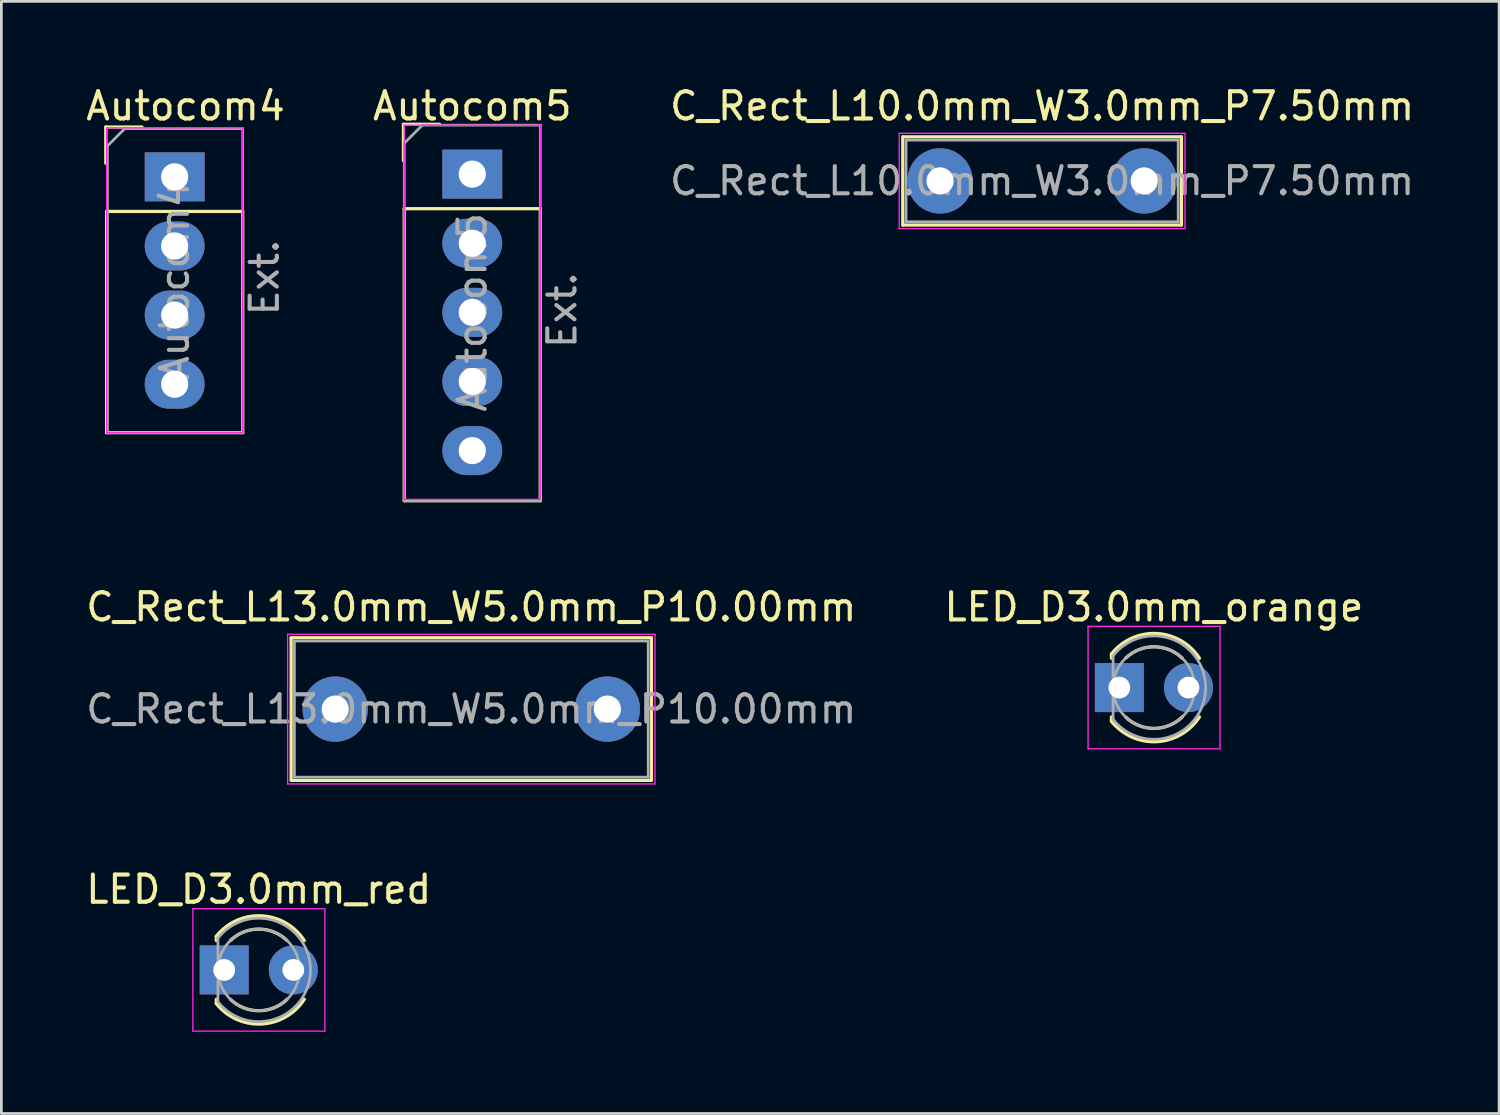
<source format=kicad_pcb>
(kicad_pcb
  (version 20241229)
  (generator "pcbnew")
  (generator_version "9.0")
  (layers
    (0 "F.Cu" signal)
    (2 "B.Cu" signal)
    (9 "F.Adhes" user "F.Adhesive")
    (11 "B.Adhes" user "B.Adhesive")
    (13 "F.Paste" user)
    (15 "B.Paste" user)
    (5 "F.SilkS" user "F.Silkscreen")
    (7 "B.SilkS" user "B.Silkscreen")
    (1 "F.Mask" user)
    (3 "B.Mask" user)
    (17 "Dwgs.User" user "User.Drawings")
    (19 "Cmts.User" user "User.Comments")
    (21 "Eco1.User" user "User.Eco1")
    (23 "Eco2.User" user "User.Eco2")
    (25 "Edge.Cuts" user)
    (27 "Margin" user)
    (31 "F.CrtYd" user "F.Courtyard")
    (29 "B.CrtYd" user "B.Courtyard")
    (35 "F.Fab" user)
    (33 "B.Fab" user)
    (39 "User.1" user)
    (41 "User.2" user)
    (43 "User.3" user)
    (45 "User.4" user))
  (footprint "Autocom4"
    (layer "F.Cu")
    (at 3.368 3.448)
    (property "Reference" "Autocom4" (at 0.4 -2.6 0) (layer "F.SilkS") (effects (font (size 1 1) (thickness 0.15))))
    (attr through_hole)
    (fp_line (start -2.53 -1.83) (end -1.2 -1.83) (stroke (width 0.12) (type solid)) (layer "F.SilkS"))
    (fp_line (start -2.53 -0.5) (end -2.53 -1.83) (stroke (width 0.12) (type solid)) (layer "F.SilkS"))
    (fp_line (start -2.5 1.27) (end -2.5 9.4) (stroke (width 0.12) (type solid)) (layer "F.SilkS"))
    (fp_line (start -2.5 1.27) (end 2.5 1.27) (stroke (width 0.12) (type solid)) (layer "F.SilkS"))
    (fp_line (start -2.5 9.4) (end 2.5 9.4) (stroke (width 0.12) (type solid)) (layer "F.SilkS"))
    (fp_line (start 2.5 1.3) (end 2.5 9.4) (stroke (width 0.12) (type solid)) (layer "F.SilkS"))
    (fp_line (start -2.5 -1.8) (end -2.5 9.4) (stroke (width 0.05) (type solid)) (layer "F.CrtYd"))
    (fp_line (start -2.5 9.4) (end 2.5 9.4) (stroke (width 0.05) (type solid)) (layer "F.CrtYd"))
    (fp_line (start 2.5 -1.8) (end -2.5 -1.8) (stroke (width 0.05) (type solid)) (layer "F.CrtYd"))
    (fp_line (start 2.5 9.4) (end 2.5 -1.8) (stroke (width 0.05) (type solid)) (layer "F.CrtYd"))
    (fp_line (start -2.47 -1.135) (end -1.835 -1.77) (stroke (width 0.1) (type solid)) (layer "F.Fab"))
    (fp_line (start -2.47 9.4) (end -2.47 -1.135) (stroke (width 0.1) (type solid)) (layer "F.Fab"))
    (fp_line (start -1.835 -1.77) (end 2.5 -1.77) (stroke (width 0.1) (type solid)) (layer "F.Fab"))
    (fp_line (start 2.47 9.4) (end -2.47 9.4) (stroke (width 0.1) (type solid)) (layer "F.Fab"))
    (fp_line (start 2.5 -1.77) (end 2.5 9.39) (stroke (width 0.1) (type solid)) (layer "F.Fab"))
    (fp_text user "${REFERENCE}" (at 0 3.81 90) (layer "F.Fab") (effects (font (size 1 1) (thickness 0.15))))
    (fp_text user "Ext." (at 3.3 3.7 90) (layer "F.Fab") (effects (font (size 1 1) (thickness 0.15))))
    (pad "1" thru_hole rect (at 0 0) (size 2.2 1.8) (drill 1) (layers "*.Cu" "*.Mask"))
    (pad "2" thru_hole oval (at 0 2.54) (size 2.2 1.8) (drill 1) (layers "*.Cu" "*.Mask"))
    (pad "3" thru_hole oval (at 0 5.08) (size 2.2 1.8) (drill 1) (layers "*.Cu" "*.Mask"))
    (pad "4" thru_hole oval (at 0 7.62) (size 2.2 1.8) (drill 1) (layers "*.Cu" "*.Mask")))
  (footprint "LED_D3.0mm_red"
    (layer "F.Cu")
    (at 5.188 32.59)
    (property "Reference" "LED_D3.0mm_red" (at 1.27 -2.96 0) (layer "F.SilkS") (effects (font (size 1 1) (thickness 0.15))))
    (attr through_hole)
    (fp_line (start -0.29 -1.236) (end -0.29 -1.08) (stroke (width 0.12) (type solid)) (layer "F.SilkS"))
    (fp_line (start -0.29 1.08) (end -0.29 1.236) (stroke (width 0.12) (type solid)) (layer "F.SilkS"))
    (fp_arc (start -0.29 -1.235516) (mid 1.366487 -1.987659) (end 2.942335 -1.078608) (stroke (width 0.12) (type solid)) (layer "F.SilkS"))
    (fp_arc (start 0.229039 -1.08) (mid 1.270117 -1.5) (end 2.31113 -1.079837) (stroke (width 0.12) (type solid)) (layer "F.SilkS"))
    (fp_arc (start 2.31113 1.079837) (mid 1.270117 1.5) (end 0.229039 1.08) (stroke (width 0.12) (type solid)) (layer "F.SilkS"))
    (fp_arc (start 2.942335 1.078608) (mid 1.366487 1.987659) (end -0.29 1.235516) (stroke (width 0.12) (type solid)) (layer "F.SilkS"))
    (fp_line (start -1.15 -2.25) (end -1.15 2.25) (stroke (width 0.05) (type solid)) (layer "F.CrtYd"))
    (fp_line (start -1.15 2.25) (end 3.7 2.25) (stroke (width 0.05) (type solid)) (layer "F.CrtYd"))
    (fp_line (start 3.7 -2.25) (end -1.15 -2.25) (stroke (width 0.05) (type solid)) (layer "F.CrtYd"))
    (fp_line (start 3.7 2.25) (end 3.7 -2.25) (stroke (width 0.05) (type solid)) (layer "F.CrtYd"))
    (fp_line (start -0.23 -1.166) (end -0.23 1.166) (stroke (width 0.1) (type solid)) (layer "F.Fab"))
    (fp_arc (start -0.23 -1.16619) (mid 3.17 0.000452) (end -0.230555 1.165476) (stroke (width 0.1) (type solid)) (layer "F.Fab"))
    (fp_circle (center 1.27 0) (end 2.77 0) (stroke (width 0.1) (type solid)) (fill no) (layer "F.Fab"))
    (pad "1" thru_hole rect (at 0 0) (size 1.8 1.8) (drill 0.8) (layers "*.Cu" "*.Mask"))
    (pad "2" thru_hole circle (at 2.54 0) (size 1.8 1.8) (drill 0.8) (layers "*.Cu" "*.Mask")))
  (footprint "C_Rect_L13.0mm_W5.0mm_P10.00mm"
    (layer "F.Cu")
    (at 9.268 23.006)
    (property "Reference" "C_Rect_L13.0mm_W5.0mm_P10.00mm" (at 5 -3.75 0) (layer "F.SilkS") (effects (font (size 1 1) (thickness 0.15))))
    (attr through_hole)
    (fp_line (start -1.62 -2.62) (end -1.62 2.6) (stroke (width 0.12) (type solid)) (layer "F.SilkS"))
    (fp_line (start -1.62 -2.62) (end 11.62 -2.62) (stroke (width 0.12) (type solid)) (layer "F.SilkS"))
    (fp_line (start -1.62 2.62) (end 11.62 2.62) (stroke (width 0.12) (type solid)) (layer "F.SilkS"))
    (fp_line (start 11.62 -2.62) (end 11.62 2.62) (stroke (width 0.12) (type solid)) (layer "F.SilkS"))
    (fp_line (start -1.75 -2.75) (end -1.75 2.75) (stroke (width 0.05) (type solid)) (layer "F.CrtYd"))
    (fp_line (start -1.75 2.75) (end 11.75 2.75) (stroke (width 0.05) (type solid)) (layer "F.CrtYd"))
    (fp_line (start 11.75 -2.75) (end -1.75 -2.75) (stroke (width 0.05) (type solid)) (layer "F.CrtYd"))
    (fp_line (start 11.75 2.75) (end 11.75 -2.75) (stroke (width 0.05) (type solid)) (layer "F.CrtYd"))
    (fp_line (start -1.5 -2.5) (end -1.5 2.5) (stroke (width 0.1) (type solid)) (layer "F.Fab"))
    (fp_line (start -1.5 2.5) (end 11.5 2.5) (stroke (width 0.1) (type solid)) (layer "F.Fab"))
    (fp_line (start 11.5 -2.5) (end -1.5 -2.5) (stroke (width 0.1) (type solid)) (layer "F.Fab"))
    (fp_line (start 11.5 2.5) (end 11.5 -2.5) (stroke (width 0.1) (type solid)) (layer "F.Fab"))
    (fp_text user "${REFERENCE}" (at 5 0 0) (layer "F.Fab") (effects (font (size 1 1) (thickness 0.15))))
    (pad "1" thru_hole circle (at 0 0) (size 2.4 2.4) (drill 1) (layers "*.Cu" "*.Mask"))
    (pad "2" thru_hole circle (at 10 0) (size 2.4 2.4) (drill 1) (layers "*.Cu" "*.Mask")))
  (footprint "Autocom5"
    (layer "F.Cu")
    (at 14.304 3.348)
    (property "Reference" "Autocom5" (at 0 -2.5 0) (layer "F.SilkS") (effects (font (size 1 1) (thickness 0.15))))
    (attr through_hole)
    (fp_line (start -2.53 -1.83) (end -1.2 -1.83) (stroke (width 0.12) (type solid)) (layer "F.SilkS"))
    (fp_line (start -2.53 -0.5) (end -2.53 -1.83) (stroke (width 0.12) (type solid)) (layer "F.SilkS"))
    (fp_line (start -2.5 1.27) (end -2.5 12) (stroke (width 0.12) (type solid)) (layer "F.SilkS"))
    (fp_line (start -2.5 1.27) (end 2.5 1.27) (stroke (width 0.12) (type solid)) (layer "F.SilkS"))
    (fp_line (start -2.5 12) (end 2.5 12) (stroke (width 0.12) (type solid)) (layer "F.SilkS"))
    (fp_line (start 2.5 1.27) (end 2.5 12) (stroke (width 0.12) (type solid)) (layer "F.SilkS"))
    (fp_line (start -2.5 -1.8) (end -2.5 11.95) (stroke (width 0.05) (type solid)) (layer "F.CrtYd"))
    (fp_line (start -2.5 11.95) (end 2.5 11.95) (stroke (width 0.05) (type solid)) (layer "F.CrtYd"))
    (fp_line (start 2.5 -1.8) (end -2.5 -1.8) (stroke (width 0.05) (type solid)) (layer "F.CrtYd"))
    (fp_line (start 2.5 11.95) (end 2.5 -1.8) (stroke (width 0.05) (type solid)) (layer "F.CrtYd"))
    (fp_line (start -2.5 12) (end -2.5 -1.135) (stroke (width 0.1) (type solid)) (layer "F.Fab"))
    (fp_line (start -2.47 -1.165) (end -1.835 -1.8) (stroke (width 0.1) (type solid)) (layer "F.Fab"))
    (fp_line (start -1.835 -1.8) (end 2.5 -1.8) (stroke (width 0.1) (type solid)) (layer "F.Fab"))
    (fp_line (start 2.5 -1.8) (end 2.5 12) (stroke (width 0.1) (type solid)) (layer "F.Fab"))
    (fp_line (start 2.5 12) (end -2.5 12) (stroke (width 0.1) (type solid)) (layer "F.Fab"))
    (fp_text user "Ext." (at 3.3 5 90) (layer "F.Fab") (effects (font (size 1 1) (thickness 0.15))))
    (fp_text user "${REFERENCE}" (at 0 5.08 90) (layer "F.Fab") (effects (font (size 1 1) (thickness 0.15))))
    (pad "1" thru_hole rect (at 0 0) (size 2.2 1.8) (drill 1) (layers "*.Cu" "*.Mask"))
    (pad "2" thru_hole oval (at 0 2.54) (size 2.2 1.8) (drill 1) (layers "*.Cu" "*.Mask"))
    (pad "3" thru_hole oval (at 0 5.08) (size 2.2 1.8) (drill 1) (layers "*.Cu" "*.Mask"))
    (pad "4" thru_hole oval (at 0 7.62) (size 2.2 1.8) (drill 1) (layers "*.Cu" "*.Mask"))
    (pad "5" thru_hole oval (at 0 10.16) (size 2.2 1.8) (drill 1) (layers "*.Cu" "*.Mask")))
  (footprint "C_Rect_L10.0mm_W3.0mm_P7.50mm"
    (layer "F.Cu")
    (at 31.493 3.598)
    (property "Reference" "C_Rect_L10.0mm_W3.0mm_P7.50mm" (at 3.75 -2.75 0) (layer "F.SilkS") (effects (font (size 1 1) (thickness 0.15))))
    (attr through_hole)
    (fp_line (start -1.37 -1.62) (end -1.37 1.62) (stroke (width 0.12) (type solid)) (layer "F.SilkS"))
    (fp_line (start -1.37 -1.62) (end 8.87 -1.62) (stroke (width 0.12) (type solid)) (layer "F.SilkS"))
    (fp_line (start -1.37 1.62) (end 8.87 1.62) (stroke (width 0.12) (type solid)) (layer "F.SilkS"))
    (fp_line (start 8.87 -1.62) (end 8.87 1.62) (stroke (width 0.12) (type solid)) (layer "F.SilkS"))
    (fp_line (start -1.5 -1.75) (end -1.5 1.75) (stroke (width 0.05) (type solid)) (layer "F.CrtYd"))
    (fp_line (start -1.5 1.75) (end 9 1.75) (stroke (width 0.05) (type solid)) (layer "F.CrtYd"))
    (fp_line (start 9 -1.75) (end -1.5 -1.75) (stroke (width 0.05) (type solid)) (layer "F.CrtYd"))
    (fp_line (start 9 1.75) (end 9 -1.75) (stroke (width 0.05) (type solid)) (layer "F.CrtYd"))
    (fp_line (start -1.25 -1.5) (end -1.25 1.5) (stroke (width 0.1) (type solid)) (layer "F.Fab"))
    (fp_line (start -1.25 1.5) (end 8.75 1.5) (stroke (width 0.1) (type solid)) (layer "F.Fab"))
    (fp_line (start 8.75 -1.5) (end -1.25 -1.5) (stroke (width 0.1) (type solid)) (layer "F.Fab"))
    (fp_line (start 8.75 1.5) (end 8.75 -1.5) (stroke (width 0.1) (type solid)) (layer "F.Fab"))
    (fp_text user "${REFERENCE}" (at 3.75 0 0) (layer "F.Fab") (effects (font (size 1 1) (thickness 0.15))))
    (pad "1" thru_hole circle (at 0 0) (size 2.4 2.4) (drill 1) (layers "*.Cu" "*.Mask"))
    (pad "2" thru_hole circle (at 7.5 0) (size 2.4 2.4) (drill 1) (layers "*.Cu" "*.Mask")))
  (footprint "LED_D3.0mm_orange"
    (layer "F.Cu")
    (at 38.081 22.216)
    (property "Reference" "LED_D3.0mm_orange" (at 1.27 -2.96 0) (layer "F.SilkS") (effects (font (size 1 1) (thickness 0.15))))
    (attr through_hole)
    (fp_line (start -0.29 -1.236) (end -0.29 -1.08) (stroke (width 0.12) (type solid)) (layer "F.SilkS"))
    (fp_line (start -0.29 1.08) (end -0.29 1.236) (stroke (width 0.12) (type solid)) (layer "F.SilkS"))
    (fp_arc (start -0.29 -1.235516) (mid 1.366487 -1.987659) (end 2.942335 -1.078608) (stroke (width 0.12) (type solid)) (layer "F.SilkS"))
    (fp_arc (start 0.229039 -1.08) (mid 1.270117 -1.5) (end 2.31113 -1.079837) (stroke (width 0.12) (type solid)) (layer "F.SilkS"))
    (fp_arc (start 2.31113 1.079837) (mid 1.270117 1.5) (end 0.229039 1.08) (stroke (width 0.12) (type solid)) (layer "F.SilkS"))
    (fp_arc (start 2.942335 1.078608) (mid 1.366487 1.987659) (end -0.29 1.235516) (stroke (width 0.12) (type solid)) (layer "F.SilkS"))
    (fp_line (start -1.15 -2.25) (end -1.15 2.25) (stroke (width 0.05) (type solid)) (layer "F.CrtYd"))
    (fp_line (start -1.15 2.25) (end 3.7 2.25) (stroke (width 0.05) (type solid)) (layer "F.CrtYd"))
    (fp_line (start 3.7 -2.25) (end -1.15 -2.25) (stroke (width 0.05) (type solid)) (layer "F.CrtYd"))
    (fp_line (start 3.7 2.25) (end 3.7 -2.25) (stroke (width 0.05) (type solid)) (layer "F.CrtYd"))
    (fp_line (start -0.23 -1.166) (end -0.23 1.166) (stroke (width 0.1) (type solid)) (layer "F.Fab"))
    (fp_arc (start -0.23 -1.16619) (mid 3.17 0.000452) (end -0.230555 1.165476) (stroke (width 0.1) (type solid)) (layer "F.Fab"))
    (fp_circle (center 1.27 0) (end 2.77 0) (stroke (width 0.1) (type solid)) (fill no) (layer "F.Fab"))
    (pad "1" thru_hole rect (at 0 0) (size 1.8 1.8) (drill 0.8) (layers "*.Cu" "*.Mask"))
    (pad "2" thru_hole circle (at 2.54 0) (size 1.8 1.8) (drill 0.8) (layers "*.Cu" "*.Mask")))
  (gr_rect
    (start -3 -3)
    (end 52.035 37.865)
    (stroke (width 0.1) (type default))
    (fill no)
    (layer "Edge.Cuts")))
</source>
